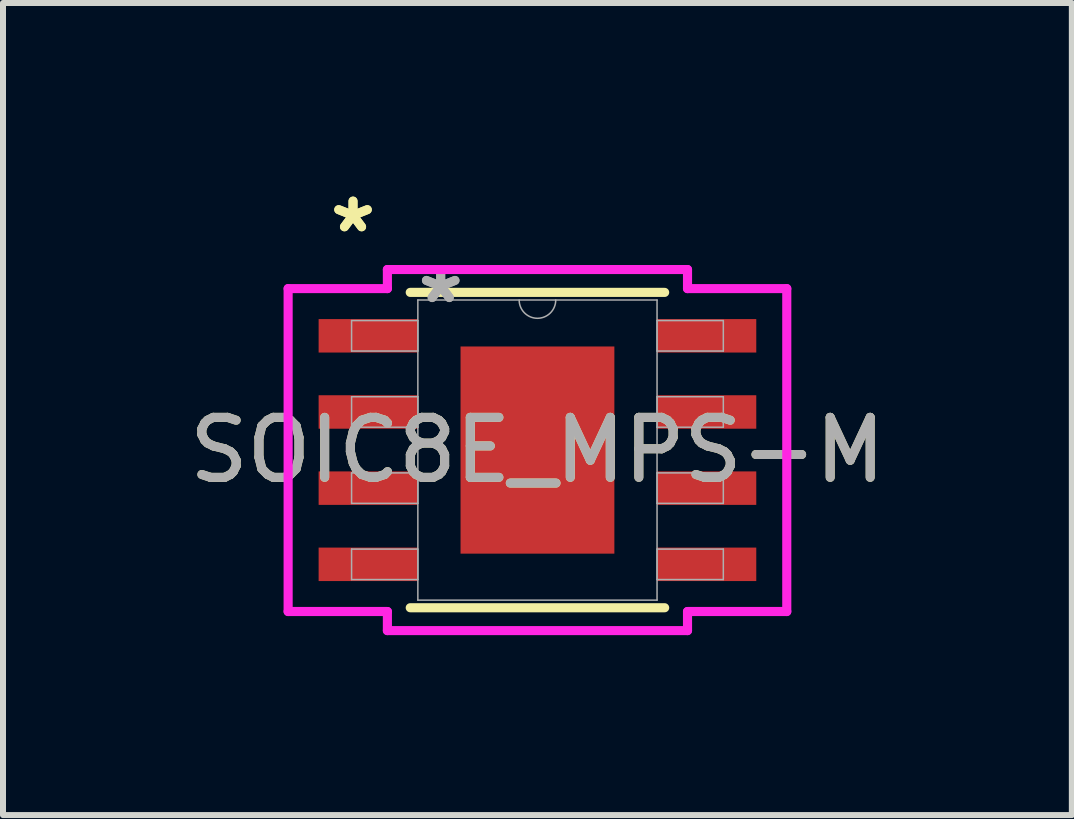
<source format=kicad_pcb>
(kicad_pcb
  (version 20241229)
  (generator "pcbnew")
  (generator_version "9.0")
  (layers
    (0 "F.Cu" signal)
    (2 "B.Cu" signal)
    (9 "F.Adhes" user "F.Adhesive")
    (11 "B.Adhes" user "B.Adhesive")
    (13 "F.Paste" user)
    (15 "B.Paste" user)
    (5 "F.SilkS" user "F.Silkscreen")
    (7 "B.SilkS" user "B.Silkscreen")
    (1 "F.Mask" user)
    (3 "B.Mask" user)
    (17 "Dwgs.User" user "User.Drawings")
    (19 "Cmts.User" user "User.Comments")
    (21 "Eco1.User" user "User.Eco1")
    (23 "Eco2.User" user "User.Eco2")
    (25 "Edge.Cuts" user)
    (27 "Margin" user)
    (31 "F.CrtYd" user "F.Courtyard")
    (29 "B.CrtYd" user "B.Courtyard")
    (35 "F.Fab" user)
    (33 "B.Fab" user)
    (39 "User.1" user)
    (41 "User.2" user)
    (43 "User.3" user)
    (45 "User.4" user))
  (footprint "SOIC8E_MPS-M"
    (layer "F.Cu")
    (at 5.911 4.454)
    (property "Reference" "SOIC8E_MPS-M" (at 0 0 0) (unlocked yes) (layer "F.SilkS") (effects (font (size 1 1) (thickness 0.15))))
    (attr smd)
    (fp_line (start -2.121 2.629) (end 2.121 2.629) (stroke (width 0.152) (type solid)) (layer "F.SilkS"))
    (fp_line (start 2.121 -2.629) (end -2.121 -2.629) (stroke (width 0.152) (type solid)) (layer "F.SilkS"))
    (fp_poly (pts (xy -1.183 -1.627) (xy -1.183 -0.1) (xy -0.1 -0.1) (xy -0.1 -1.627)) (stroke (width 0) (type solid)) (fill yes) (layer "F.Paste"))
    (fp_poly (pts (xy -1.183 0.1) (xy -1.183 1.627) (xy -0.1 1.627) (xy -0.1 0.1)) (stroke (width 0) (type solid)) (fill yes) (layer "F.Paste"))
    (fp_poly (pts (xy 0.1 -1.627) (xy 0.1 -0.1) (xy 1.183 -0.1) (xy 1.183 -1.627)) (stroke (width 0) (type solid)) (fill yes) (layer "F.Paste"))
    (fp_poly (pts (xy 0.1 0.1) (xy 0.1 1.627) (xy 1.183 1.627) (xy 1.183 0.1)) (stroke (width 0) (type solid)) (fill yes) (layer "F.Paste"))
    (fp_line (start -4.157 -2.692) (end -2.502 -2.692) (stroke (width 0.152) (type solid)) (layer "F.CrtYd"))
    (fp_line (start -4.157 2.692) (end -4.157 -2.692) (stroke (width 0.152) (type solid)) (layer "F.CrtYd"))
    (fp_line (start -4.157 2.692) (end -2.502 2.692) (stroke (width 0.152) (type solid)) (layer "F.CrtYd"))
    (fp_line (start -2.502 -3.01) (end 2.502 -3.01) (stroke (width 0.152) (type solid)) (layer "F.CrtYd"))
    (fp_line (start -2.502 -2.692) (end -2.502 -3.01) (stroke (width 0.152) (type solid)) (layer "F.CrtYd"))
    (fp_line (start -2.502 3.01) (end -2.502 2.692) (stroke (width 0.152) (type solid)) (layer "F.CrtYd"))
    (fp_line (start 2.502 -3.01) (end 2.502 -2.692) (stroke (width 0.152) (type solid)) (layer "F.CrtYd"))
    (fp_line (start 2.502 2.692) (end 2.502 3.01) (stroke (width 0.152) (type solid)) (layer "F.CrtYd"))
    (fp_line (start 2.502 3.01) (end -2.502 3.01) (stroke (width 0.152) (type solid)) (layer "F.CrtYd"))
    (fp_line (start 4.157 -2.692) (end 2.502 -2.692) (stroke (width 0.152) (type solid)) (layer "F.CrtYd"))
    (fp_line (start 4.157 -2.692) (end 4.157 2.692) (stroke (width 0.152) (type solid)) (layer "F.CrtYd"))
    (fp_line (start 4.157 2.692) (end 2.502 2.692) (stroke (width 0.152) (type solid)) (layer "F.CrtYd"))
    (fp_line (start -3.099 -2.159) (end -3.099 -1.651) (stroke (width 0.025) (type solid)) (layer "F.Fab"))
    (fp_line (start -3.099 -1.651) (end -1.994 -1.651) (stroke (width 0.025) (type solid)) (layer "F.Fab"))
    (fp_line (start -3.099 -0.889) (end -3.099 -0.381) (stroke (width 0.025) (type solid)) (layer "F.Fab"))
    (fp_line (start -3.099 -0.381) (end -1.994 -0.381) (stroke (width 0.025) (type solid)) (layer "F.Fab"))
    (fp_line (start -3.099 0.381) (end -3.099 0.889) (stroke (width 0.025) (type solid)) (layer "F.Fab"))
    (fp_line (start -3.099 0.889) (end -1.994 0.889) (stroke (width 0.025) (type solid)) (layer "F.Fab"))
    (fp_line (start -3.099 1.651) (end -3.099 2.159) (stroke (width 0.025) (type solid)) (layer "F.Fab"))
    (fp_line (start -3.099 2.159) (end -1.994 2.159) (stroke (width 0.025) (type solid)) (layer "F.Fab"))
    (fp_line (start -1.994 -2.502) (end -1.994 2.502) (stroke (width 0.025) (type solid)) (layer "F.Fab"))
    (fp_line (start -1.994 -2.159) (end -3.099 -2.159) (stroke (width 0.025) (type solid)) (layer "F.Fab"))
    (fp_line (start -1.994 -1.651) (end -1.994 -2.159) (stroke (width 0.025) (type solid)) (layer "F.Fab"))
    (fp_line (start -1.994 -0.889) (end -3.099 -0.889) (stroke (width 0.025) (type solid)) (layer "F.Fab"))
    (fp_line (start -1.994 -0.381) (end -1.994 -0.889) (stroke (width 0.025) (type solid)) (layer "F.Fab"))
    (fp_line (start -1.994 0.381) (end -3.099 0.381) (stroke (width 0.025) (type solid)) (layer "F.Fab"))
    (fp_line (start -1.994 0.889) (end -1.994 0.381) (stroke (width 0.025) (type solid)) (layer "F.Fab"))
    (fp_line (start -1.994 1.651) (end -3.099 1.651) (stroke (width 0.025) (type solid)) (layer "F.Fab"))
    (fp_line (start -1.994 2.159) (end -1.994 1.651) (stroke (width 0.025) (type solid)) (layer "F.Fab"))
    (fp_line (start -1.994 2.502) (end 1.994 2.502) (stroke (width 0.025) (type solid)) (layer "F.Fab"))
    (fp_line (start 1.994 -2.502) (end -1.994 -2.502) (stroke (width 0.025) (type solid)) (layer "F.Fab"))
    (fp_line (start 1.994 -2.159) (end 1.994 -1.651) (stroke (width 0.025) (type solid)) (layer "F.Fab"))
    (fp_line (start 1.994 -1.651) (end 3.099 -1.651) (stroke (width 0.025) (type solid)) (layer "F.Fab"))
    (fp_line (start 1.994 -0.889) (end 1.994 -0.381) (stroke (width 0.025) (type solid)) (layer "F.Fab"))
    (fp_line (start 1.994 -0.381) (end 3.099 -0.381) (stroke (width 0.025) (type solid)) (layer "F.Fab"))
    (fp_line (start 1.994 0.381) (end 1.994 0.889) (stroke (width 0.025) (type solid)) (layer "F.Fab"))
    (fp_line (start 1.994 0.889) (end 3.099 0.889) (stroke (width 0.025) (type solid)) (layer "F.Fab"))
    (fp_line (start 1.994 1.651) (end 1.994 2.159) (stroke (width 0.025) (type solid)) (layer "F.Fab"))
    (fp_line (start 1.994 2.159) (end 3.099 2.159) (stroke (width 0.025) (type solid)) (layer "F.Fab"))
    (fp_line (start 1.994 2.502) (end 1.994 -2.502) (stroke (width 0.025) (type solid)) (layer "F.Fab"))
    (fp_line (start 3.099 -2.159) (end 1.994 -2.159) (stroke (width 0.025) (type solid)) (layer "F.Fab"))
    (fp_line (start 3.099 -1.651) (end 3.099 -2.159) (stroke (width 0.025) (type solid)) (layer "F.Fab"))
    (fp_line (start 3.099 -0.889) (end 1.994 -0.889) (stroke (width 0.025) (type solid)) (layer "F.Fab"))
    (fp_line (start 3.099 -0.381) (end 3.099 -0.889) (stroke (width 0.025) (type solid)) (layer "F.Fab"))
    (fp_line (start 3.099 0.381) (end 1.994 0.381) (stroke (width 0.025) (type solid)) (layer "F.Fab"))
    (fp_line (start 3.099 0.889) (end 3.099 0.381) (stroke (width 0.025) (type solid)) (layer "F.Fab"))
    (fp_line (start 3.099 1.651) (end 1.994 1.651) (stroke (width 0.025) (type solid)) (layer "F.Fab"))
    (fp_line (start 3.099 2.159) (end 3.099 1.651) (stroke (width 0.025) (type solid)) (layer "F.Fab"))
    (fp_arc (start 0.3048 -2.5019) (mid 0 -2.1971) (end -0.3048 -2.5019) (stroke (width 0.0254) (type solid)) (layer "F.Fab"))
    (fp_text user "*" (at -3.075 -3.606 0) (unlocked yes) (layer "F.SilkS") (effects (font (size 1 1) (thickness 0.15))))
    (fp_text user "*" (at -3.075 -3.606 0) (layer "F.SilkS") (effects (font (size 1 1) (thickness 0.15))))
    (fp_text user "*" (at -1.613 -2.426 0) (layer "F.Fab") (effects (font (size 1 1) (thickness 0.15))))
    (fp_text user "${REFERENCE}" (at 0 0 0) (unlocked yes) (layer "F.Fab") (effects (font (size 1 1) (thickness 0.15))))
    (fp_text user "*" (at -1.613 -2.426 0) (unlocked yes) (layer "F.Fab") (effects (font (size 1 1) (thickness 0.15))))
    (pad "1" smd rect (at -2.821 -1.905) (size 1.655 0.558) (layers "F.Cu" "F.Mask" "F.Paste"))
    (pad "2" smd rect (at -2.821 -0.635) (size 1.655 0.558) (layers "F.Cu" "F.Mask" "F.Paste"))
    (pad "3" smd rect (at -2.821 0.635) (size 1.655 0.558) (layers "F.Cu" "F.Mask" "F.Paste"))
    (pad "4" smd rect (at -2.821 1.905) (size 1.655 0.558) (layers "F.Cu" "F.Mask" "F.Paste"))
    (pad "5" smd rect (at 2.821 1.905) (size 1.655 0.558) (layers "F.Cu" "F.Mask" "F.Paste"))
    (pad "6" smd rect (at 2.821 0.635) (size 1.655 0.558) (layers "F.Cu" "F.Mask" "F.Paste"))
    (pad "7" smd rect (at 2.821 -0.635) (size 1.655 0.558) (layers "F.Cu" "F.Mask" "F.Paste"))
    (pad "8" smd rect (at 2.821 -1.905) (size 1.655 0.558) (layers "F.Cu" "F.Mask" "F.Paste"))
    (pad "EPAD" smd rect (at 0 0) (size 2.565 3.454) (layers "F.Cu" "F.Mask")))
  (gr_rect
    (start -3 -3)
    (end 14.821 10.54)
    (stroke (width 0.1) (type default))
    (fill no)
    (layer "Edge.Cuts")))
</source>
